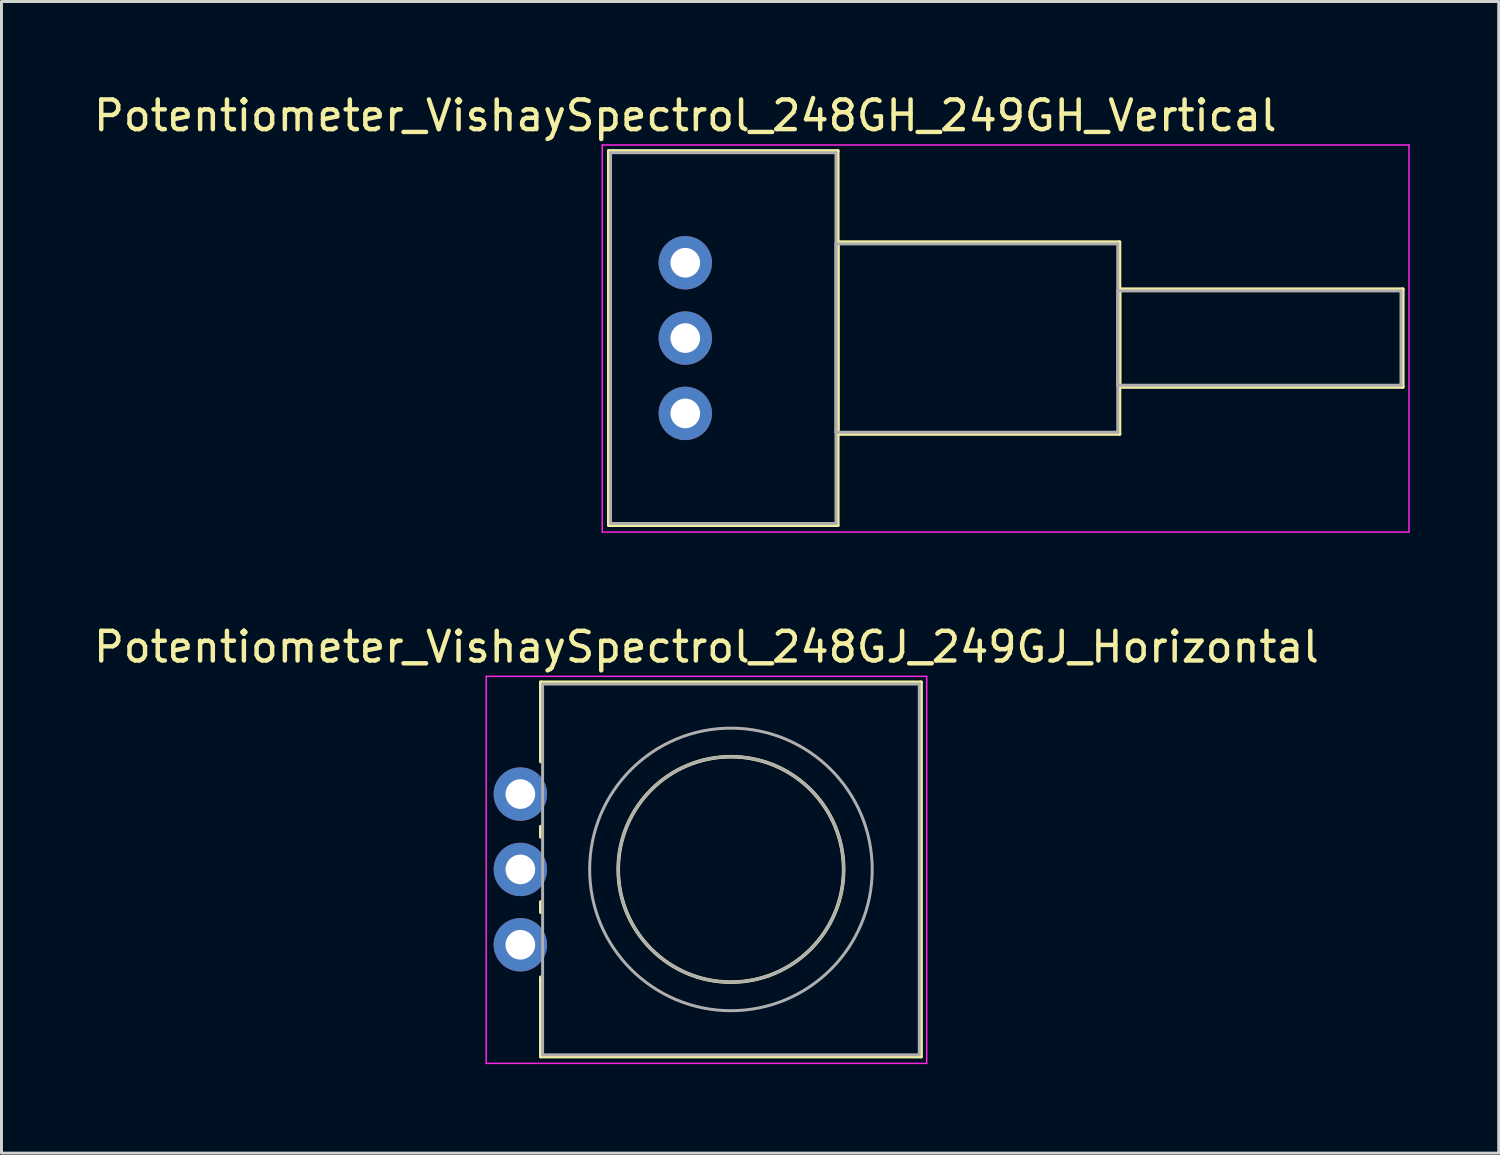
<source format=kicad_pcb>
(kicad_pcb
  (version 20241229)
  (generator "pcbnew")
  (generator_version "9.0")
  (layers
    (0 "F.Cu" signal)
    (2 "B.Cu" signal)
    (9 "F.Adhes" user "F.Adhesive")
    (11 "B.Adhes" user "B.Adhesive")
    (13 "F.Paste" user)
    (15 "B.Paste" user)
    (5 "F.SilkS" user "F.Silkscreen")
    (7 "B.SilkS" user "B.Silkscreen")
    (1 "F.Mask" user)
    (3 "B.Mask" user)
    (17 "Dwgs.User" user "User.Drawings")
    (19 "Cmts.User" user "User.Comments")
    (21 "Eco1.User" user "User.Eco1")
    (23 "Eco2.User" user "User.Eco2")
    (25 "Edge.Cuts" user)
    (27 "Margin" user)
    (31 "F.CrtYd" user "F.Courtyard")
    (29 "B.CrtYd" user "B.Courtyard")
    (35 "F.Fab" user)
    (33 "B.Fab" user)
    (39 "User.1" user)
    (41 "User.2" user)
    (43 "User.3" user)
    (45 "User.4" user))
  (footprint "Potentiometer_VishaySpectrol_248GJ_249GJ_Horizontal"
    (layer "F.Cu")
    (at 14.493 28.802)
    (property "Reference" "Potentiometer_VishaySpectrol_248GJ_249GJ_Horizontal" (at 6.275 -10.04 0) (layer "F.SilkS") (effects (font (size 1 1) (thickness 0.15))))
    (attr through_hole)
    (fp_line (start 0.69 -8.85) (end 0.69 -6.175) (stroke (width 0.12) (type solid)) (layer "F.SilkS"))
    (fp_line (start 0.69 -8.85) (end 13.51 -8.85) (stroke (width 0.12) (type solid)) (layer "F.SilkS"))
    (fp_line (start 0.69 -3.985) (end 0.69 -3.635) (stroke (width 0.12) (type solid)) (layer "F.SilkS"))
    (fp_line (start 0.69 -1.445) (end 0.69 -1.095) (stroke (width 0.12) (type solid)) (layer "F.SilkS"))
    (fp_line (start 0.69 1.095) (end 0.69 3.77) (stroke (width 0.12) (type solid)) (layer "F.SilkS"))
    (fp_line (start 0.69 3.77) (end 13.51 3.77) (stroke (width 0.12) (type solid)) (layer "F.SilkS"))
    (fp_line (start 13.51 -8.85) (end 13.51 3.77) (stroke (width 0.12) (type solid)) (layer "F.SilkS"))
    (fp_circle (center 7.1 -2.54) (end 10.9 -2.54) (stroke (width 0.12) (type solid)) (fill no) (layer "F.SilkS"))
    (fp_line (start -1.15 -9.05) (end -1.15 4) (stroke (width 0.05) (type solid)) (layer "F.CrtYd"))
    (fp_line (start -1.15 4) (end 13.7 4) (stroke (width 0.05) (type solid)) (layer "F.CrtYd"))
    (fp_line (start 13.7 -9.05) (end -1.15 -9.05) (stroke (width 0.05) (type solid)) (layer "F.CrtYd"))
    (fp_line (start 13.7 4) (end 13.7 -9.05) (stroke (width 0.05) (type solid)) (layer "F.CrtYd"))
    (fp_line (start 0.75 -8.79) (end 0.75 3.71) (stroke (width 0.1) (type solid)) (layer "F.Fab"))
    (fp_line (start 0.75 3.71) (end 13.45 3.71) (stroke (width 0.1) (type solid)) (layer "F.Fab"))
    (fp_line (start 13.45 -8.79) (end 0.75 -8.79) (stroke (width 0.1) (type solid)) (layer "F.Fab"))
    (fp_line (start 13.45 3.71) (end 13.45 -8.79) (stroke (width 0.1) (type solid)) (layer "F.Fab"))
    (fp_circle (center 7.1 -2.54) (end 10.9 -2.54) (stroke (width 0.1) (type solid)) (fill no) (layer "F.Fab"))
    (fp_circle (center 7.1 -2.54) (end 11.863 -2.54) (stroke (width 0.1) (type solid)) (fill no) (layer "F.Fab"))
    (pad "1" thru_hole circle (at 0 0) (size 1.8 1.8) (drill 1) (layers "*.Cu" "*.Mask"))
    (pad "2" thru_hole circle (at 0 -2.54) (size 1.8 1.8) (drill 1) (layers "*.Cu" "*.Mask"))
    (pad "3" thru_hole circle (at 0 -5.08) (size 1.8 1.8) (drill 1) (layers "*.Cu" "*.Mask")))
  (footprint "Potentiometer_VishaySpectrol_248GH_249GH_Vertical"
    (layer "F.Cu")
    (at 20.054 10.888)
    (property "Reference" "Potentiometer_VishaySpectrol_248GH_249GH_Vertical" (at 0 -10.04 0) (layer "F.SilkS") (effects (font (size 1 1) (thickness 0.15))))
    (attr through_hole)
    (fp_line (start -2.58 -8.85) (end -2.58 3.77) (stroke (width 0.12) (type solid)) (layer "F.SilkS"))
    (fp_line (start -2.58 -8.85) (end 5.141 -8.85) (stroke (width 0.12) (type solid)) (layer "F.SilkS"))
    (fp_line (start -2.58 3.77) (end 5.141 3.77) (stroke (width 0.12) (type solid)) (layer "F.SilkS"))
    (fp_line (start 5.141 -8.85) (end 5.141 3.77) (stroke (width 0.12) (type solid)) (layer "F.SilkS"))
    (fp_line (start 5.141 -5.775) (end 5.141 0.695) (stroke (width 0.12) (type solid)) (layer "F.SilkS"))
    (fp_line (start 5.141 -5.775) (end 14.64 -5.775) (stroke (width 0.12) (type solid)) (layer "F.SilkS"))
    (fp_line (start 5.141 0.695) (end 14.64 0.695) (stroke (width 0.12) (type solid)) (layer "F.SilkS"))
    (fp_line (start 14.64 -5.775) (end 14.64 0.695) (stroke (width 0.12) (type solid)) (layer "F.SilkS"))
    (fp_line (start 14.64 -4.189) (end 14.64 -0.89) (stroke (width 0.12) (type solid)) (layer "F.SilkS"))
    (fp_line (start 14.64 -4.189) (end 24.19 -4.189) (stroke (width 0.12) (type solid)) (layer "F.SilkS"))
    (fp_line (start 14.64 -0.89) (end 24.19 -0.89) (stroke (width 0.12) (type solid)) (layer "F.SilkS"))
    (fp_line (start 24.19 -4.189) (end 24.19 -0.89) (stroke (width 0.12) (type solid)) (layer "F.SilkS"))
    (fp_line (start -2.8 -9.05) (end -2.8 4) (stroke (width 0.05) (type solid)) (layer "F.CrtYd"))
    (fp_line (start -2.8 4) (end 24.4 4) (stroke (width 0.05) (type solid)) (layer "F.CrtYd"))
    (fp_line (start 24.4 -9.05) (end -2.8 -9.05) (stroke (width 0.05) (type solid)) (layer "F.CrtYd"))
    (fp_line (start 24.4 4) (end 24.4 -9.05) (stroke (width 0.05) (type solid)) (layer "F.CrtYd"))
    (fp_line (start -2.52 -8.79) (end -2.52 3.71) (stroke (width 0.1) (type solid)) (layer "F.Fab"))
    (fp_line (start -2.52 3.71) (end 5.08 3.71) (stroke (width 0.1) (type solid)) (layer "F.Fab"))
    (fp_line (start 5.08 -8.79) (end -2.52 -8.79) (stroke (width 0.1) (type solid)) (layer "F.Fab"))
    (fp_line (start 5.08 -5.715) (end 5.08 0.635) (stroke (width 0.1) (type solid)) (layer "F.Fab"))
    (fp_line (start 5.08 0.635) (end 14.58 0.635) (stroke (width 0.1) (type solid)) (layer "F.Fab"))
    (fp_line (start 5.08 3.71) (end 5.08 -8.79) (stroke (width 0.1) (type solid)) (layer "F.Fab"))
    (fp_line (start 14.58 -5.715) (end 5.08 -5.715) (stroke (width 0.1) (type solid)) (layer "F.Fab"))
    (fp_line (start 14.58 -4.13) (end 14.58 -0.95) (stroke (width 0.1) (type solid)) (layer "F.Fab"))
    (fp_line (start 14.58 -0.95) (end 24.13 -0.95) (stroke (width 0.1) (type solid)) (layer "F.Fab"))
    (fp_line (start 14.58 0.635) (end 14.58 -5.715) (stroke (width 0.1) (type solid)) (layer "F.Fab"))
    (fp_line (start 24.13 -4.13) (end 14.58 -4.13) (stroke (width 0.1) (type solid)) (layer "F.Fab"))
    (fp_line (start 24.13 -0.95) (end 24.13 -4.13) (stroke (width 0.1) (type solid)) (layer "F.Fab"))
    (pad "1" thru_hole circle (at 0 0) (size 1.8 1.8) (drill 1) (layers "*.Cu" "*.Mask"))
    (pad "2" thru_hole circle (at 0 -2.54) (size 1.8 1.8) (drill 1) (layers "*.Cu" "*.Mask"))
    (pad "3" thru_hole circle (at 0 -5.08) (size 1.8 1.8) (drill 1) (layers "*.Cu" "*.Mask")))
  (gr_rect
    (start -3 -3)
    (end 47.479 35.827)
    (stroke (width 0.1) (type default))
    (fill no)
    (layer "Edge.Cuts")))
</source>
